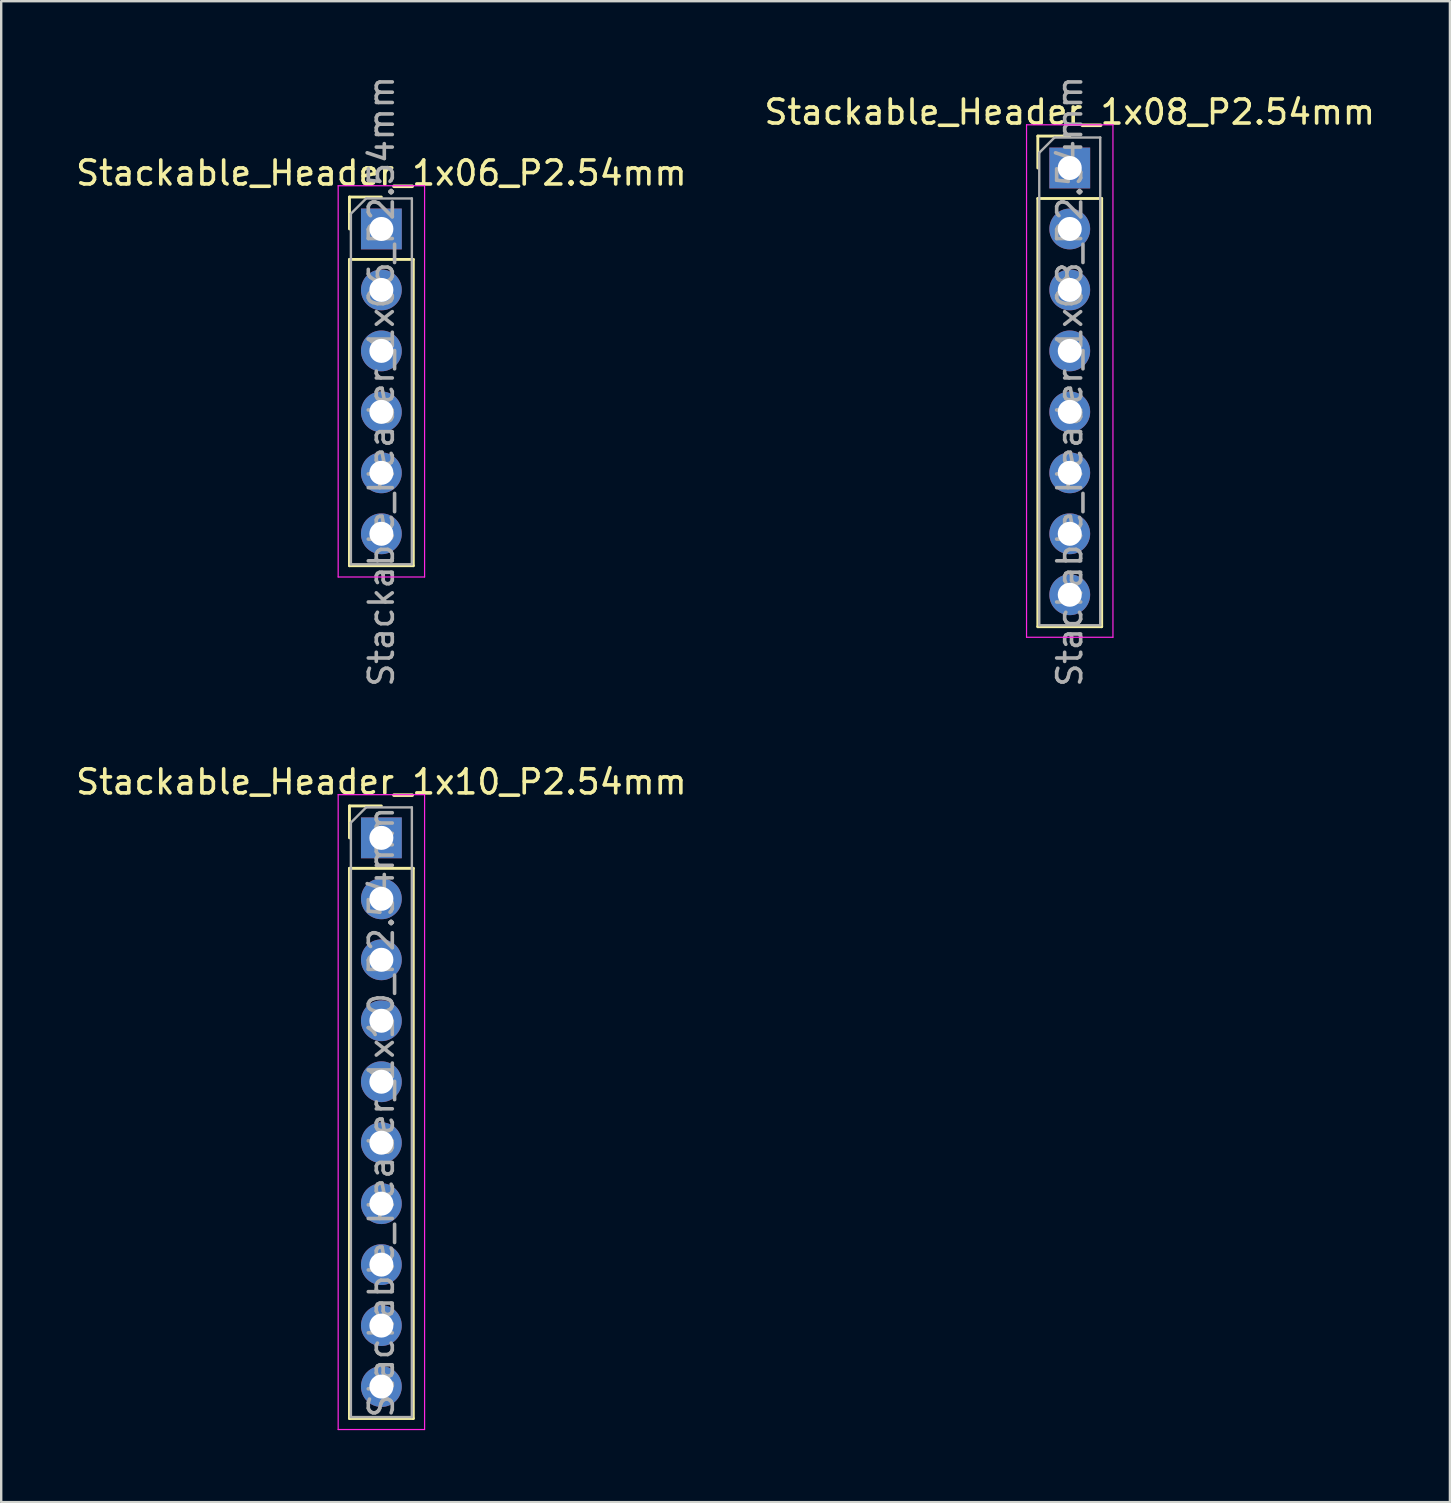
<source format=kicad_pcb>
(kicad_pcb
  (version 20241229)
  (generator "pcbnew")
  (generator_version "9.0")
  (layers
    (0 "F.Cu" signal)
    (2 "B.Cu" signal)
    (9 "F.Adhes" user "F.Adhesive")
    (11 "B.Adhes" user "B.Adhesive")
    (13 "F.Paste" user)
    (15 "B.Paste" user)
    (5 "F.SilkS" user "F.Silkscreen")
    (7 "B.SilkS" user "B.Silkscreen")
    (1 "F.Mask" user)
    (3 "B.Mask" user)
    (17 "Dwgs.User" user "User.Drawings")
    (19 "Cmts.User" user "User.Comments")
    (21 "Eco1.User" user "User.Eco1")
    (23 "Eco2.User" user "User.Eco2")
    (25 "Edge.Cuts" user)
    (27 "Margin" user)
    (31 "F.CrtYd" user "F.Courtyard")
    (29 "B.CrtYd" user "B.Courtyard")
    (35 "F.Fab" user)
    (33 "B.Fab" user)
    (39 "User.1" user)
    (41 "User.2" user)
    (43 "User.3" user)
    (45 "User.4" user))
  (footprint "Stackable_Header_1x10_P2.54mm"
    (layer "F.Cu")
    (at 12.839 31.857)
    (property "Reference" "Stackable_Header_1x10_P2.54mm" (at 0 -2.33 0) (layer "F.SilkS") (effects (font (size 1 1) (thickness 0.15))))
    (attr through_hole)
    (fp_line (start -1.33 -1.33) (end 0 -1.33) (stroke (width 0.12) (type solid)) (layer "F.SilkS"))
    (fp_line (start -1.33 0) (end -1.33 -1.33) (stroke (width 0.12) (type solid)) (layer "F.SilkS"))
    (fp_line (start -1.33 1.27) (end -1.33 24.19) (stroke (width 0.12) (type solid)) (layer "F.SilkS"))
    (fp_line (start -1.33 1.27) (end 1.33 1.27) (stroke (width 0.12) (type solid)) (layer "F.SilkS"))
    (fp_line (start -1.33 24.19) (end 1.33 24.19) (stroke (width 0.12) (type solid)) (layer "F.SilkS"))
    (fp_line (start 1.33 1.27) (end 1.33 24.19) (stroke (width 0.12) (type solid)) (layer "F.SilkS"))
    (fp_line (start -1.8 -1.8) (end -1.8 24.65) (stroke (width 0.05) (type solid)) (layer "F.CrtYd"))
    (fp_line (start -1.8 24.65) (end 1.8 24.65) (stroke (width 0.05) (type solid)) (layer "F.CrtYd"))
    (fp_line (start 1.8 -1.8) (end -1.8 -1.8) (stroke (width 0.05) (type solid)) (layer "F.CrtYd"))
    (fp_line (start 1.8 24.65) (end 1.8 -1.8) (stroke (width 0.05) (type solid)) (layer "F.CrtYd"))
    (fp_line (start -1.27 -0.635) (end -0.635 -1.27) (stroke (width 0.1) (type solid)) (layer "F.Fab"))
    (fp_line (start -1.27 24.13) (end -1.27 -0.635) (stroke (width 0.1) (type solid)) (layer "F.Fab"))
    (fp_line (start -0.635 -1.27) (end 1.27 -1.27) (stroke (width 0.1) (type solid)) (layer "F.Fab"))
    (fp_line (start 1.27 -1.27) (end 1.27 24.13) (stroke (width 0.1) (type solid)) (layer "F.Fab"))
    (fp_line (start 1.27 24.13) (end -1.27 24.13) (stroke (width 0.1) (type solid)) (layer "F.Fab"))
    (fp_text user "${REFERENCE}" (at 0 11.43 90) (layer "F.Fab") (effects (font (size 1 1) (thickness 0.15))))
    (pad "1" thru_hole rect (at 0 0) (size 1.7 1.7) (drill 1) (layers "*.Cu" "*.Mask"))
    (pad "2" thru_hole oval (at 0 2.54) (size 1.7 1.7) (drill 1) (layers "*.Cu" "*.Mask"))
    (pad "3" thru_hole oval (at 0 5.08) (size 1.7 1.7) (drill 1) (layers "*.Cu" "*.Mask"))
    (pad "4" thru_hole oval (at 0 7.62) (size 1.7 1.7) (drill 1) (layers "*.Cu" "*.Mask"))
    (pad "5" thru_hole oval (at 0 10.16) (size 1.7 1.7) (drill 1) (layers "*.Cu" "*.Mask"))
    (pad "6" thru_hole oval (at 0 12.7) (size 1.7 1.7) (drill 1) (layers "*.Cu" "*.Mask"))
    (pad "7" thru_hole oval (at 0 15.24) (size 1.7 1.7) (drill 1) (layers "*.Cu" "*.Mask"))
    (pad "8" thru_hole oval (at 0 17.78) (size 1.7 1.7) (drill 1) (layers "*.Cu" "*.Mask"))
    (pad "9" thru_hole oval (at 0 20.32) (size 1.7 1.7) (drill 1) (layers "*.Cu" "*.Mask"))
    (pad "10" thru_hole oval (at 0 22.86) (size 1.7 1.7) (drill 1) (layers "*.Cu" "*.Mask")))
  (footprint "Stackable_Header_1x06_P2.54mm"
    (layer "F.Cu")
    (at 12.839 6.489)
    (property "Reference" "Stackable_Header_1x06_P2.54mm" (at 0 -2.33 0) (layer "F.SilkS") (effects (font (size 1 1) (thickness 0.15))))
    (attr through_hole)
    (fp_line (start -1.33 -1.33) (end 0 -1.33) (stroke (width 0.12) (type solid)) (layer "F.SilkS"))
    (fp_line (start -1.33 0) (end -1.33 -1.33) (stroke (width 0.12) (type solid)) (layer "F.SilkS"))
    (fp_line (start -1.33 1.27) (end -1.33 14.03) (stroke (width 0.12) (type solid)) (layer "F.SilkS"))
    (fp_line (start -1.33 1.27) (end 1.33 1.27) (stroke (width 0.12) (type solid)) (layer "F.SilkS"))
    (fp_line (start -1.33 14.03) (end 1.33 14.03) (stroke (width 0.12) (type solid)) (layer "F.SilkS"))
    (fp_line (start 1.33 1.27) (end 1.33 14.03) (stroke (width 0.12) (type solid)) (layer "F.SilkS"))
    (fp_line (start -1.8 -1.8) (end -1.8 14.5) (stroke (width 0.05) (type solid)) (layer "F.CrtYd"))
    (fp_line (start -1.8 14.5) (end 1.8 14.5) (stroke (width 0.05) (type solid)) (layer "F.CrtYd"))
    (fp_line (start 1.8 -1.8) (end -1.8 -1.8) (stroke (width 0.05) (type solid)) (layer "F.CrtYd"))
    (fp_line (start 1.8 14.5) (end 1.8 -1.8) (stroke (width 0.05) (type solid)) (layer "F.CrtYd"))
    (fp_line (start -1.27 -0.635) (end -0.635 -1.27) (stroke (width 0.1) (type solid)) (layer "F.Fab"))
    (fp_line (start -1.27 13.97) (end -1.27 -0.635) (stroke (width 0.1) (type solid)) (layer "F.Fab"))
    (fp_line (start -0.635 -1.27) (end 1.27 -1.27) (stroke (width 0.1) (type solid)) (layer "F.Fab"))
    (fp_line (start 1.27 -1.27) (end 1.27 13.97) (stroke (width 0.1) (type solid)) (layer "F.Fab"))
    (fp_line (start 1.27 13.97) (end -1.27 13.97) (stroke (width 0.1) (type solid)) (layer "F.Fab"))
    (fp_text user "${REFERENCE}" (at 0 6.35 90) (layer "F.Fab") (effects (font (size 1 1) (thickness 0.15))))
    (pad "1" thru_hole rect (at 0 0) (size 1.7 1.7) (drill 1) (layers "*.Cu" "*.Mask"))
    (pad "2" thru_hole oval (at 0 2.54) (size 1.7 1.7) (drill 1) (layers "*.Cu" "*.Mask"))
    (pad "3" thru_hole oval (at 0 5.08) (size 1.7 1.7) (drill 1) (layers "*.Cu" "*.Mask"))
    (pad "4" thru_hole oval (at 0 7.62) (size 1.7 1.7) (drill 1) (layers "*.Cu" "*.Mask"))
    (pad "5" thru_hole oval (at 0 10.16) (size 1.7 1.7) (drill 1) (layers "*.Cu" "*.Mask"))
    (pad "6" thru_hole oval (at 0 12.7) (size 1.7 1.7) (drill 1) (layers "*.Cu" "*.Mask")))
  (footprint "Stackable_Header_1x08_P2.54mm"
    (layer "F.Cu")
    (at 41.518 3.949)
    (property "Reference" "Stackable_Header_1x08_P2.54mm" (at 0 -2.33 0) (layer "F.SilkS") (effects (font (size 1 1) (thickness 0.15))))
    (attr through_hole)
    (fp_line (start -1.33 -1.33) (end 0 -1.33) (stroke (width 0.12) (type solid)) (layer "F.SilkS"))
    (fp_line (start -1.33 0) (end -1.33 -1.33) (stroke (width 0.12) (type solid)) (layer "F.SilkS"))
    (fp_line (start -1.33 1.27) (end -1.33 19.11) (stroke (width 0.12) (type solid)) (layer "F.SilkS"))
    (fp_line (start -1.33 1.27) (end 1.33 1.27) (stroke (width 0.12) (type solid)) (layer "F.SilkS"))
    (fp_line (start -1.33 19.11) (end 1.33 19.11) (stroke (width 0.12) (type solid)) (layer "F.SilkS"))
    (fp_line (start 1.33 1.27) (end 1.33 19.11) (stroke (width 0.12) (type solid)) (layer "F.SilkS"))
    (fp_line (start -1.8 -1.8) (end -1.8 19.55) (stroke (width 0.05) (type solid)) (layer "F.CrtYd"))
    (fp_line (start -1.8 19.55) (end 1.8 19.55) (stroke (width 0.05) (type solid)) (layer "F.CrtYd"))
    (fp_line (start 1.8 -1.8) (end -1.8 -1.8) (stroke (width 0.05) (type solid)) (layer "F.CrtYd"))
    (fp_line (start 1.8 19.55) (end 1.8 -1.8) (stroke (width 0.05) (type solid)) (layer "F.CrtYd"))
    (fp_line (start -1.27 -0.635) (end -0.635 -1.27) (stroke (width 0.1) (type solid)) (layer "F.Fab"))
    (fp_line (start -1.27 19.05) (end -1.27 -0.635) (stroke (width 0.1) (type solid)) (layer "F.Fab"))
    (fp_line (start -0.635 -1.27) (end 1.27 -1.27) (stroke (width 0.1) (type solid)) (layer "F.Fab"))
    (fp_line (start 1.27 -1.27) (end 1.27 19.05) (stroke (width 0.1) (type solid)) (layer "F.Fab"))
    (fp_line (start 1.27 19.05) (end -1.27 19.05) (stroke (width 0.1) (type solid)) (layer "F.Fab"))
    (fp_text user "${REFERENCE}" (at 0 8.89 90) (layer "F.Fab") (effects (font (size 1 1) (thickness 0.15))))
    (pad "1" thru_hole rect (at 0 0) (size 1.7 1.7) (drill 1) (layers "*.Cu" "*.Mask"))
    (pad "2" thru_hole oval (at 0 2.54) (size 1.7 1.7) (drill 1) (layers "*.Cu" "*.Mask"))
    (pad "3" thru_hole oval (at 0 5.08) (size 1.7 1.7) (drill 1) (layers "*.Cu" "*.Mask"))
    (pad "4" thru_hole oval (at 0 7.62) (size 1.7 1.7) (drill 1) (layers "*.Cu" "*.Mask"))
    (pad "5" thru_hole oval (at 0 10.16) (size 1.7 1.7) (drill 1) (layers "*.Cu" "*.Mask"))
    (pad "6" thru_hole oval (at 0 12.7) (size 1.7 1.7) (drill 1) (layers "*.Cu" "*.Mask"))
    (pad "7" thru_hole oval (at 0 15.24) (size 1.7 1.7) (drill 1) (layers "*.Cu" "*.Mask"))
    (pad "8" thru_hole oval (at 0 17.78) (size 1.7 1.7) (drill 1) (layers "*.Cu" "*.Mask")))
  (gr_rect
    (start -3 -3)
    (end 57.357 59.532)
    (stroke (width 0.1) (type default))
    (fill no)
    (layer "Edge.Cuts")))
</source>
